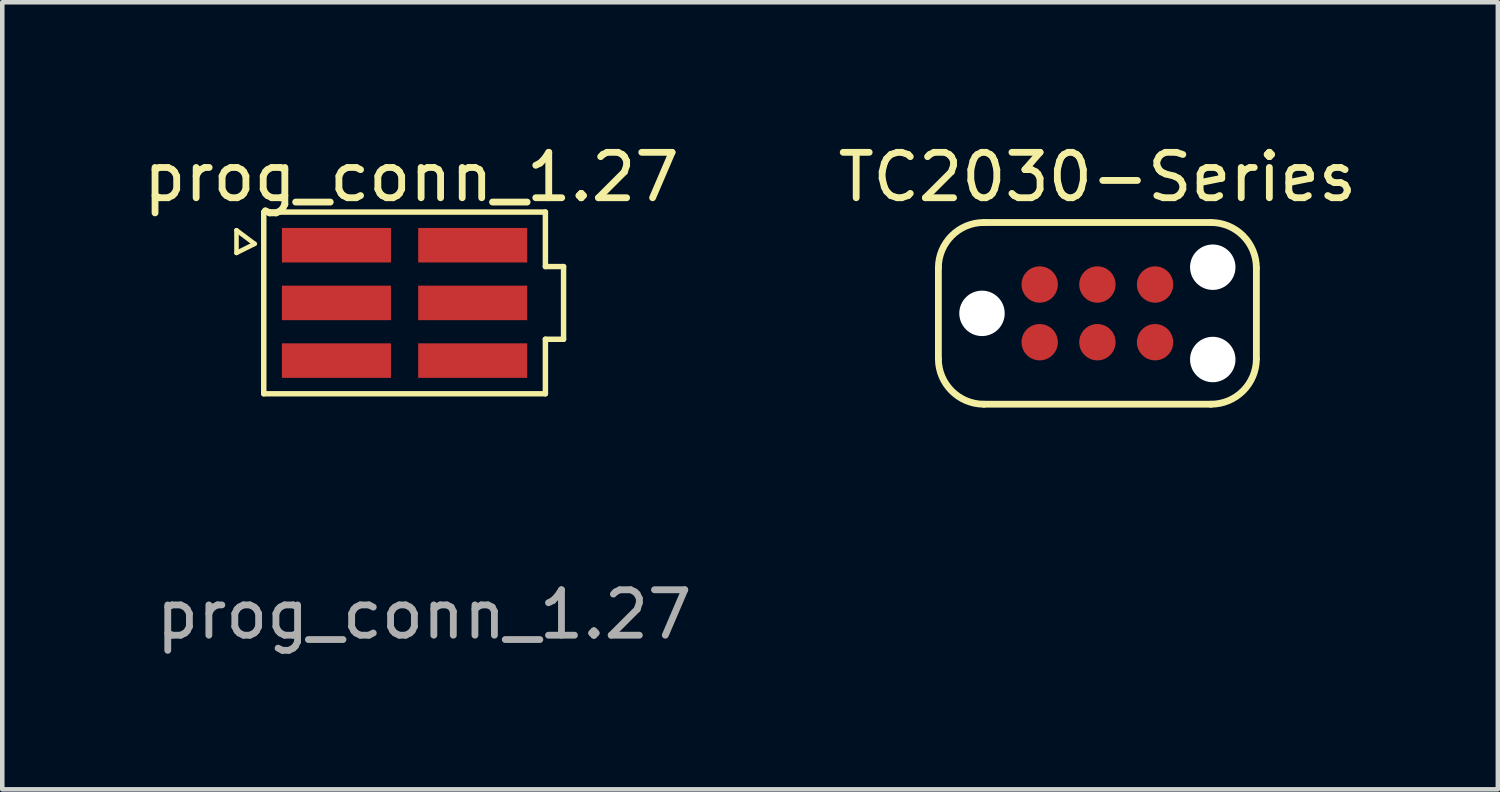
<source format=kicad_pcb>
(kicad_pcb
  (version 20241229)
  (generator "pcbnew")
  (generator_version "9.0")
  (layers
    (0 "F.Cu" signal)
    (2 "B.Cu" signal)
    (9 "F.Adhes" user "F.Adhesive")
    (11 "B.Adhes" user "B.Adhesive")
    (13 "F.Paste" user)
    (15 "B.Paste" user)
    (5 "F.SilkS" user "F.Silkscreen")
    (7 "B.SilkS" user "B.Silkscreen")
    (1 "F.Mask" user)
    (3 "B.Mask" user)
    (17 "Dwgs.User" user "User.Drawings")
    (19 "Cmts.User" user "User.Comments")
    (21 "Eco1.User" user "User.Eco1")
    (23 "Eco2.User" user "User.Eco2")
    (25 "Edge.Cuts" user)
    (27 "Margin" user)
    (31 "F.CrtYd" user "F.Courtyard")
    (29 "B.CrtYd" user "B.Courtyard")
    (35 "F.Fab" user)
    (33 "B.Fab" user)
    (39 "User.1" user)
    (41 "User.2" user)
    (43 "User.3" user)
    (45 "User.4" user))
  (footprint "prog_conn_1.27"
    (layer "F.Cu")
    (at 5.856 3.618)
    (property "Reference" "prog_conn_1.27" (at 0.15 -2.77 0) (layer "F.SilkS") (effects (font (size 1 1) (thickness 0.15))))
    (attr smd)
    (fp_line (start -3.7 -1.6) (end -3.7 -1.1) (stroke (width 0.1) (type default)) (layer "F.SilkS"))
    (fp_line (start -3.7 -1.1) (end -3.3 -1.3) (stroke (width 0.1) (type default)) (layer "F.SilkS"))
    (fp_line (start -3.3 -1.3) (end -3.7 -1.6) (stroke (width 0.1) (type default)) (layer "F.SilkS"))
    (fp_line (start -3.1 -2) (end 3.1 -2) (stroke (width 0.12) (type default)) (layer "F.SilkS"))
    (fp_line (start -3.1 2) (end -3.1 -2) (stroke (width 0.12) (type default)) (layer "F.SilkS"))
    (fp_line (start 3.1 -2) (end 3.1 -0.8) (stroke (width 0.12) (type default)) (layer "F.SilkS"))
    (fp_line (start 3.1 -0.8) (end 3.5 -0.8) (stroke (width 0.12) (type default)) (layer "F.SilkS"))
    (fp_line (start 3.1 0.8) (end 3.1 2) (stroke (width 0.12) (type default)) (layer "F.SilkS"))
    (fp_line (start 3.1 0.8) (end 3.5 0.8) (stroke (width 0.12) (type default)) (layer "F.SilkS"))
    (fp_line (start 3.1 2) (end -3.1 2) (stroke (width 0.12) (type default)) (layer "F.SilkS"))
    (fp_line (start 3.5 -0.8) (end 3.5 0.8) (stroke (width 0.12) (type default)) (layer "F.SilkS"))
    (fp_text user "${REFERENCE}" (at 0.43 6.86 180) (layer "F.Fab") (effects (font (size 1 1) (thickness 0.15))))
    (pad "1" smd rect (at -1.5 -1.27) (size 2.4 0.76) (layers "F.Cu" "F.Mask" "F.Paste"))
    (pad "2" smd rect (at 1.5 -1.27) (size 2.4 0.76) (layers "F.Cu" "F.Mask" "F.Paste"))
    (pad "3" smd rect (at -1.5 0) (size 2.4 0.76) (layers "F.Cu" "F.Mask" "F.Paste"))
    (pad "4" smd rect (at 1.5 0) (size 2.4 0.76) (layers "F.Cu" "F.Mask" "F.Paste"))
    (pad "5" smd rect (at -1.5 1.27) (size 2.4 0.76) (layers "F.Cu" "F.Mask" "F.Paste"))
    (pad "6" smd rect (at 1.5 1.27) (size 2.4 0.76) (layers "F.Cu" "F.Mask" "F.Paste")))
  (footprint "TC2030-Series"
    (layer "F.Cu")
    (at 21.107 3.848)
    (property "Reference" "TC2030-Series" (at 0 -3 0) (layer "F.SilkS") (effects (font (size 1 1) (thickness 0.15))))
    (attr through_hole)
    (fp_line (start -3.5 -1) (end -3.5 1) (stroke (width 0.15) (type solid)) (layer "F.SilkS"))
    (fp_line (start -2.5 2) (end 2.5 2) (stroke (width 0.15) (type solid)) (layer "F.SilkS"))
    (fp_line (start 2.5 -2) (end -2.5 -2) (stroke (width 0.15) (type solid)) (layer "F.SilkS"))
    (fp_line (start 3.5 1) (end 3.5 -1) (stroke (width 0.15) (type solid)) (layer "F.SilkS"))
    (fp_arc (start -3.5 -1) (mid -3.207107 -1.707107) (end -2.5 -2) (stroke (width 0.15) (type solid)) (layer "F.SilkS"))
    (fp_arc (start -2.5 2) (mid -3.207107 1.707107) (end -3.5 1) (stroke (width 0.15) (type solid)) (layer "F.SilkS"))
    (fp_arc (start 2.5 -2) (mid 3.207107 -1.707107) (end 3.5 -1) (stroke (width 0.15) (type solid)) (layer "F.SilkS"))
    (fp_arc (start 3.5 1) (mid 3.207107 1.707107) (end 2.5 2) (stroke (width 0.15) (type solid)) (layer "F.SilkS"))
    (pad "" np_thru_hole circle (at -2.54 0) (size 1 1) (drill 1) (layers "*.Cu" "*.Mask"))
    (pad "" np_thru_hole circle (at 2.54 -1.016) (size 1 1) (drill 1) (layers "*.Cu" "*.Mask"))
    (pad "" np_thru_hole circle (at 2.54 1.016) (size 1 1) (drill 1) (layers "*.Cu" "*.Mask"))
    (pad "1" smd circle (at -1.27 0.635) (size 0.8 0.8) (layers "F.Cu" "F.Mask" "F.Paste"))
    (pad "2" smd circle (at -1.27 -0.635) (size 0.8 0.8) (layers "F.Cu" "F.Mask" "F.Paste"))
    (pad "3" smd circle (at 0 0.635) (size 0.8 0.8) (layers "F.Cu" "F.Mask" "F.Paste"))
    (pad "4" smd circle (at 0 -0.635) (size 0.8 0.8) (layers "F.Cu" "F.Mask" "F.Paste"))
    (pad "5" smd circle (at 1.27 0.635) (size 0.8 0.8) (layers "F.Cu" "F.Mask" "F.Paste"))
    (pad "6" smd circle (at 1.27 -0.635) (size 0.8 0.8) (layers "F.Cu" "F.Mask" "F.Paste")))
  (gr_rect
    (start -3 -3)
    (end 29.923 14.326)
    (stroke (width 0.1) (type default))
    (fill no)
    (layer "Edge.Cuts")))
</source>
